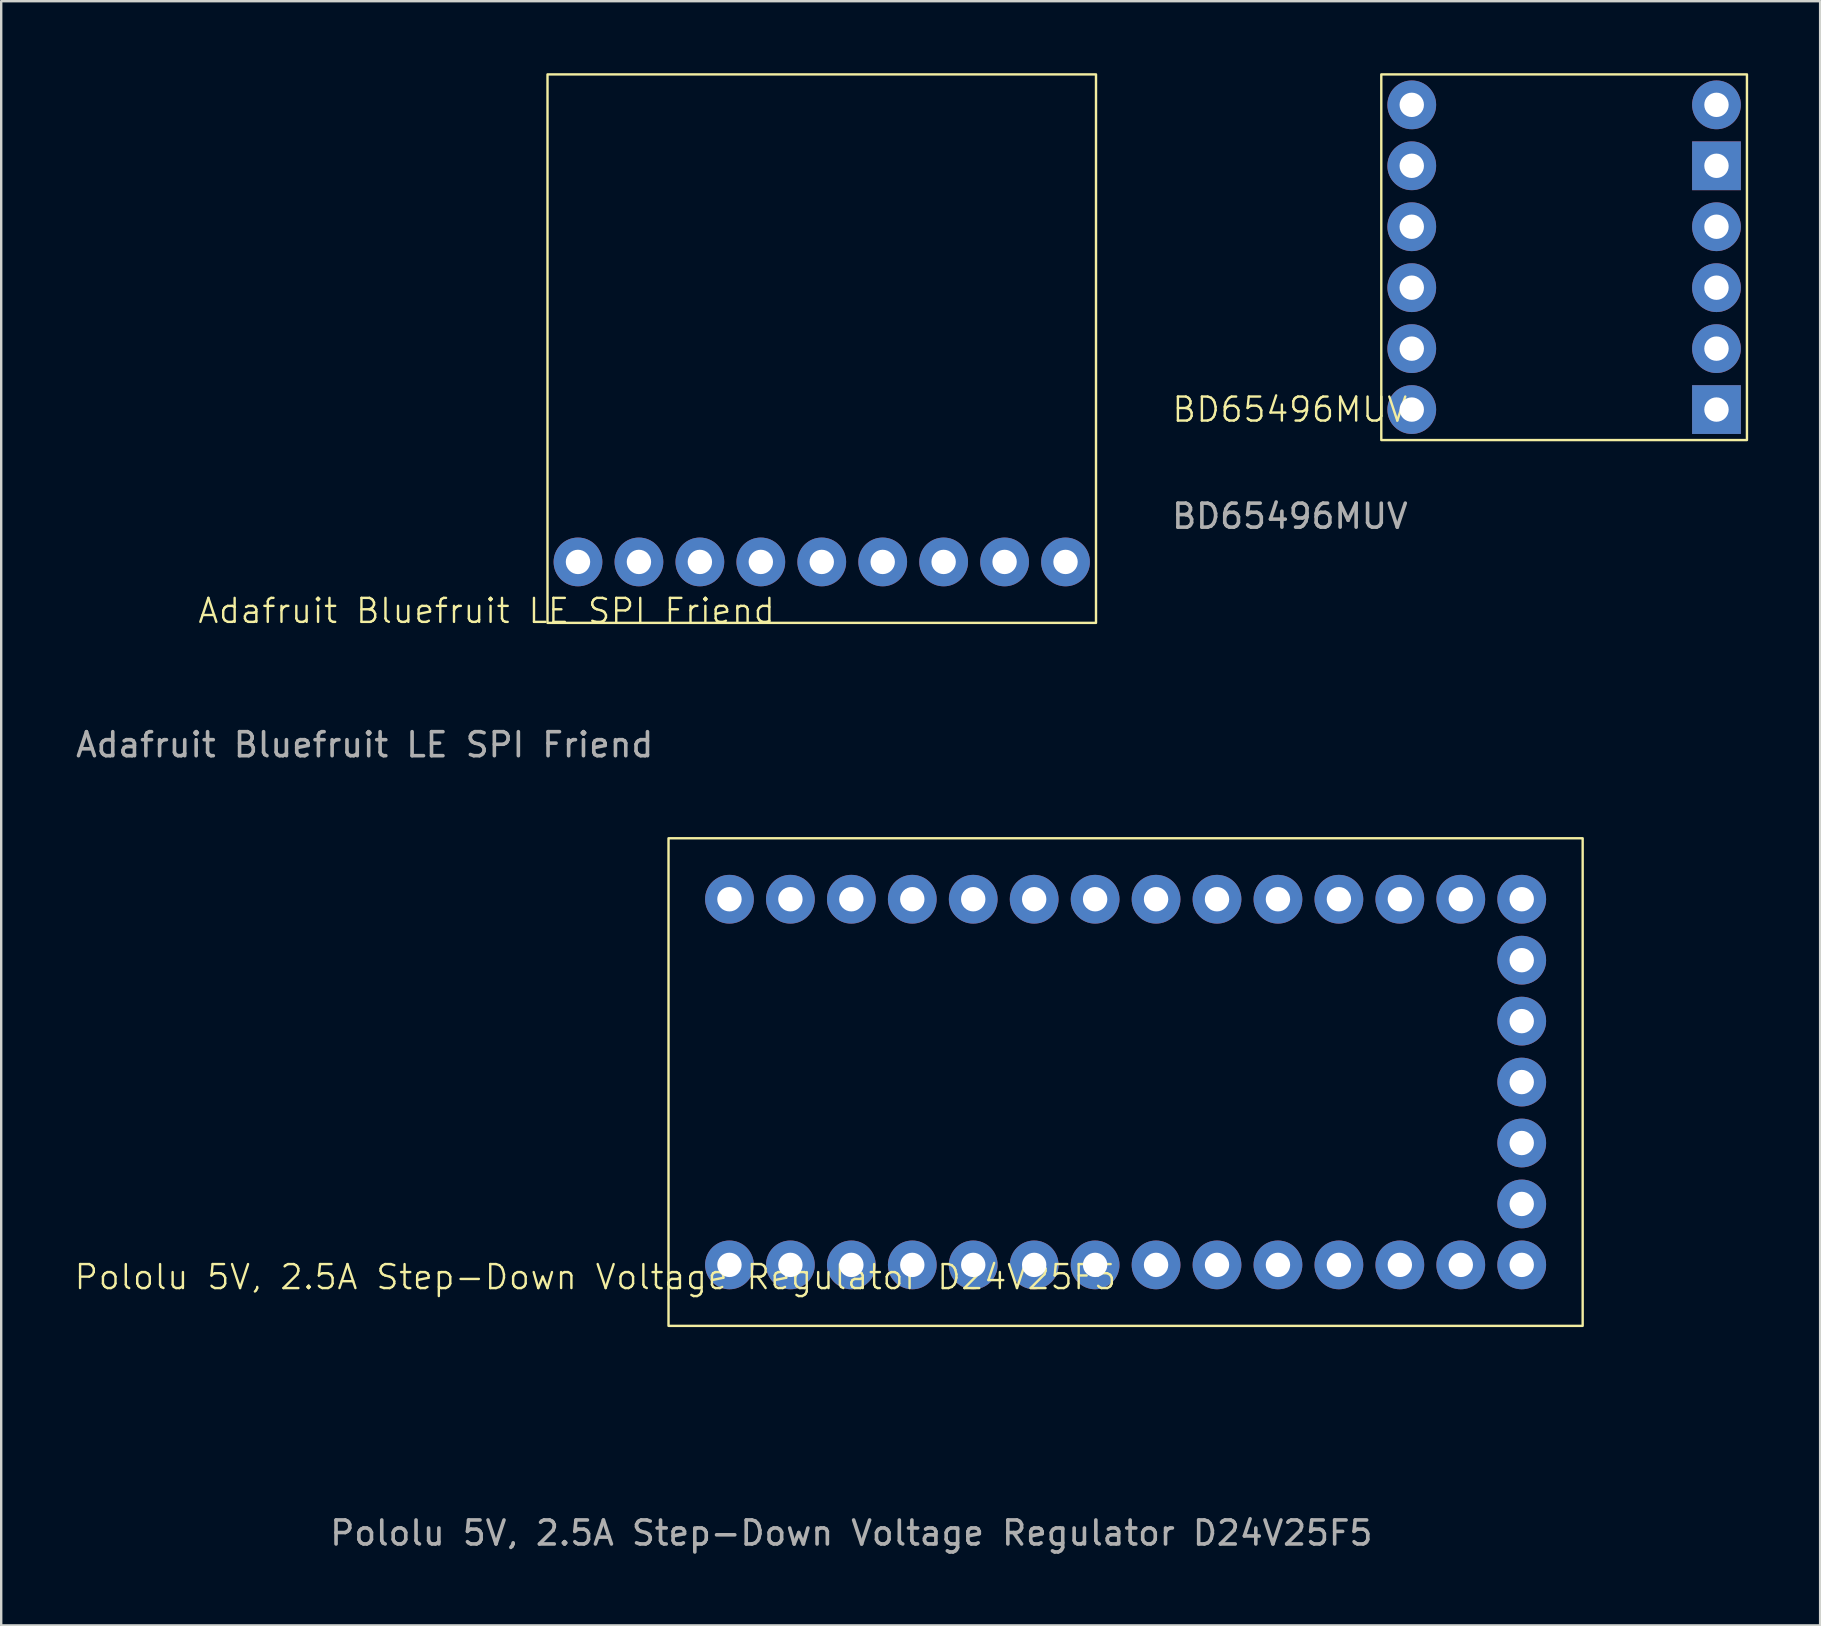
<source format=kicad_pcb>
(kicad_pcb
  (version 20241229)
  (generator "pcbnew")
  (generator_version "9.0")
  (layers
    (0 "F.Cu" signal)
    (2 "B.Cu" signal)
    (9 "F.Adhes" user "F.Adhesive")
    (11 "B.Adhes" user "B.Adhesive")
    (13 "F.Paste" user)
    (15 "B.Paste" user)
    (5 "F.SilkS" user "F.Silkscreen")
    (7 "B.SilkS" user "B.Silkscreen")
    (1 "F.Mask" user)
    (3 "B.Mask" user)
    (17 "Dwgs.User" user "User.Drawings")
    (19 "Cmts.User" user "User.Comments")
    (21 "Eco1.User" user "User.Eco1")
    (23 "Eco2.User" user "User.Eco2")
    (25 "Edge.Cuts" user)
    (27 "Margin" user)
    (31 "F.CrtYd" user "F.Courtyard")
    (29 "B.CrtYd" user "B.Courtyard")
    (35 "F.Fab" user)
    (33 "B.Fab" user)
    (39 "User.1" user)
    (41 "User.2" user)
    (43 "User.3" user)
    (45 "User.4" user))
  (footprint "Pololu 5V, 2.5A Step-Down Voltage Regulator D24V25F5"
    (layer "F.Cu")
    (at 24.812 52.208)
    (property "Reference" "Pololu 5V, 2.5A Step-Down Voltage Regulator D24V25F5" (at -3.048 -2.032 0) (unlocked yes) (layer "F.SilkS") (effects (font (size 1 1) (thickness 0.1))))
    (attr through_hole)
    (fp_rect (start 0 0) (end 38.1 -20.32) (stroke (width 0.1) (type default)) (fill no) (layer "F.SilkS"))
    (fp_text user "${REFERENCE}" (at 7.62 8.636 0) (unlocked yes) (layer "F.Fab") (effects (font (size 1 1) (thickness 0.15))))
    (pad "1" thru_hole circle (at 2.54 -17.78) (size 2.032 2.032) (drill 1.016) (layers "*.Cu" "*.Mask"))
    (pad "1" thru_hole circle (at 2.54 -2.54) (size 2.032 2.032) (drill 1.016) (layers "*.Cu" "*.Mask"))
    (pad "1" thru_hole circle (at 5.08 -17.78) (size 2.032 2.032) (drill 1.016) (layers "*.Cu" "*.Mask"))
    (pad "1" thru_hole circle (at 5.08 -2.54) (size 2.032 2.032) (drill 1.016) (layers "*.Cu" "*.Mask"))
    (pad "1" thru_hole circle (at 7.62 -17.78) (size 2.032 2.032) (drill 1.016) (layers "*.Cu" "*.Mask"))
    (pad "1" thru_hole circle (at 7.62 -2.54) (size 2.032 2.032) (drill 1.016) (layers "*.Cu" "*.Mask"))
    (pad "1" thru_hole circle (at 10.16 -17.78) (size 2.032 2.032) (drill 1.016) (layers "*.Cu" "*.Mask"))
    (pad "1" thru_hole circle (at 10.16 -2.54) (size 2.032 2.032) (drill 1.016) (layers "*.Cu" "*.Mask"))
    (pad "1" thru_hole circle (at 12.7 -17.78) (size 2.032 2.032) (drill 1.016) (layers "*.Cu" "*.Mask"))
    (pad "1" thru_hole circle (at 12.7 -2.54) (size 2.032 2.032) (drill 1.016) (layers "*.Cu" "*.Mask"))
    (pad "1" thru_hole circle (at 15.24 -17.78) (size 2.032 2.032) (drill 1.016) (layers "*.Cu" "*.Mask"))
    (pad "1" thru_hole circle (at 15.24 -2.54) (size 2.032 2.032) (drill 1.016) (layers "*.Cu" "*.Mask"))
    (pad "1" thru_hole circle (at 17.78 -17.78) (size 2.032 2.032) (drill 1.016) (layers "*.Cu" "*.Mask"))
    (pad "1" thru_hole circle (at 17.78 -2.54) (size 2.032 2.032) (drill 1.016) (layers "*.Cu" "*.Mask"))
    (pad "1" thru_hole circle (at 20.32 -17.78) (size 2.032 2.032) (drill 1.016) (layers "*.Cu" "*.Mask"))
    (pad "1" thru_hole circle (at 20.32 -2.54) (size 2.032 2.032) (drill 1.016) (layers "*.Cu" "*.Mask"))
    (pad "1" thru_hole circle (at 22.86 -17.78) (size 2.032 2.032) (drill 1.016) (layers "*.Cu" "*.Mask"))
    (pad "1" thru_hole circle (at 22.86 -2.54) (size 2.032 2.032) (drill 1.016) (layers "*.Cu" "*.Mask"))
    (pad "1" thru_hole circle (at 25.4 -17.78) (size 2.032 2.032) (drill 1.016) (layers "*.Cu" "*.Mask"))
    (pad "1" thru_hole circle (at 25.4 -2.54) (size 2.032 2.032) (drill 1.016) (layers "*.Cu" "*.Mask"))
    (pad "1" thru_hole circle (at 27.94 -17.78) (size 2.032 2.032) (drill 1.016) (layers "*.Cu" "*.Mask"))
    (pad "1" thru_hole circle (at 27.94 -2.54) (size 2.032 2.032) (drill 1.016) (layers "*.Cu" "*.Mask"))
    (pad "1" thru_hole circle (at 30.48 -17.78) (size 2.032 2.032) (drill 1.016) (layers "*.Cu" "*.Mask"))
    (pad "1" thru_hole circle (at 30.48 -2.54) (size 2.032 2.032) (drill 1.016) (layers "*.Cu" "*.Mask"))
    (pad "1" thru_hole circle (at 33.02 -17.78) (size 2.032 2.032) (drill 1.016) (layers "*.Cu" "*.Mask"))
    (pad "1" thru_hole circle (at 33.02 -2.54) (size 2.032 2.032) (drill 1.016) (layers "*.Cu" "*.Mask"))
    (pad "1" thru_hole circle (at 35.56 -17.78) (size 2.032 2.032) (drill 1.016) (layers "*.Cu" "*.Mask"))
    (pad "1" thru_hole circle (at 35.56 -15.24 90) (size 2.032 2.032) (drill 1.016) (layers "*.Cu" "*.Mask"))
    (pad "1" thru_hole circle (at 35.56 -12.7 90) (size 2.032 2.032) (drill 1.016) (layers "*.Cu" "*.Mask"))
    (pad "1" thru_hole circle (at 35.56 -10.16 90) (size 2.032 2.032) (drill 1.016) (layers "*.Cu" "*.Mask"))
    (pad "1" thru_hole circle (at 35.56 -7.62 90) (size 2.032 2.032) (drill 1.016) (layers "*.Cu" "*.Mask"))
    (pad "1" thru_hole circle (at 35.56 -5.08 90) (size 2.032 2.032) (drill 1.016) (layers "*.Cu" "*.Mask"))
    (pad "1" thru_hole circle (at 35.56 -2.54) (size 2.032 2.032) (drill 1.016) (layers "*.Cu" "*.Mask")))
  (footprint "Adafruit Bluefruit LE SPI Friend"
    (layer "F.Cu")
    (at 19.769 22.91)
    (property "Reference" "Adafruit Bluefruit LE SPI Friend" (at -2.54 -0.5 0) (unlocked yes) (layer "F.SilkS") (effects (font (size 1 1) (thickness 0.1))))
    (attr through_hole)
    (fp_rect (start 0 -22.86) (end 22.86 0) (stroke (width 0.1) (type default)) (fill no) (layer "F.SilkS"))
    (fp_text user "${REFERENCE}" (at -7.62 5.08 0) (unlocked yes) (layer "F.Fab") (effects (font (size 1 1) (thickness 0.15))))
    (pad "1" thru_hole circle (at 1.27 -2.54) (size 2.032 2.032) (drill 1.016) (layers "*.Cu" "*.Mask"))
    (pad "2" thru_hole circle (at 3.81 -2.54) (size 2.032 2.032) (drill 1.016) (layers "*.Cu" "*.Mask"))
    (pad "3" thru_hole circle (at 6.35 -2.54) (size 2.032 2.032) (drill 1.016) (layers "*.Cu" "*.Mask"))
    (pad "4" thru_hole circle (at 8.89 -2.54) (size 2.032 2.032) (drill 1.016) (layers "*.Cu" "*.Mask"))
    (pad "5" thru_hole circle (at 11.43 -2.54) (size 2.032 2.032) (drill 1.016) (layers "*.Cu" "*.Mask"))
    (pad "6" thru_hole circle (at 13.97 -2.54) (size 2.032 2.032) (drill 1.016) (layers "*.Cu" "*.Mask"))
    (pad "7" thru_hole circle (at 16.51 -2.54) (size 2.032 2.032) (drill 1.016) (layers "*.Cu" "*.Mask"))
    (pad "8" thru_hole circle (at 19.05 -2.54) (size 2.032 2.032) (drill 1.016) (layers "*.Cu" "*.Mask"))
    (pad "9" thru_hole circle (at 21.59 -2.54) (size 2.032 2.032) (drill 1.016) (layers "*.Cu" "*.Mask")))
  (footprint "BD65496MUV"
    (layer "F.Cu")
    (at 54.519 15.29)
    (property "Reference" "BD65496MUV" (at -3.81 -1.27 0) (unlocked yes) (layer "F.SilkS") (effects (font (size 1 1) (thickness 0.1))))
    (attr through_hole)
    (fp_rect (start 0 -15.24) (end 15.24 0) (stroke (width 0.1) (type default)) (fill no) (layer "F.SilkS"))
    (fp_text user "${REFERENCE}" (at -3.81 3.175 0) (unlocked yes) (layer "F.Fab") (effects (font (size 1 1) (thickness 0.15))))
    (pad "GND" thru_hole rect (at 13.97 -11.43) (size 2.032 2.032) (drill 1.016) (layers "*.Cu" "*.Mask"))
    (pad "GND" thru_hole rect (at 13.97 -1.27) (size 2.032 2.032) (drill 1.016) (layers "*.Cu" "*.Mask"))
    (pad "INA" thru_hole circle (at 1.27 -6.35) (size 2.032 2.032) (drill 1.016) (layers "*.Cu" "*.Mask"))
    (pad "INB" thru_hole circle (at 1.27 -3.81) (size 2.032 2.032) (drill 1.016) (layers "*.Cu" "*.Mask"))
    (pad "OUT" thru_hole circle (at 13.97 -8.89) (size 2.032 2.032) (drill 1.016) (layers "*.Cu" "*.Mask"))
    (pad "OUTB" thru_hole circle (at 13.97 -6.35) (size 2.032 2.032) (drill 1.016) (layers "*.Cu" "*.Mask"))
    (pad "PS" thru_hole circle (at 1.27 -13.97) (size 2.032 2.032) (drill 1.016) (layers "*.Cu" "*.Mask"))
    (pad "PWM" thru_hole circle (at 1.27 -1.27) (size 2.032 2.032) (drill 1.016) (layers "*.Cu" "*.Mask"))
    (pad "TR1" thru_hole circle (at 1.27 -11.43) (size 2.032 2.032) (drill 1.016) (layers "*.Cu" "*.Mask"))
    (pad "TR2" thru_hole circle (at 1.27 -8.89) (size 2.032 2.032) (drill 1.016) (layers "*.Cu" "*.Mask"))
    (pad "VCC" thru_hole circle (at 13.97 -13.97) (size 2.032 2.032) (drill 1.016) (layers "*.Cu" "*.Mask"))
    (pad "VIN" thru_hole circle (at 13.97 -3.81) (size 2.032 2.032) (drill 1.016) (layers "*.Cu" "*.Mask")))
  (gr_rect
    (start -3 -3)
    (end 72.809 64.692)
    (stroke (width 0.1) (type default))
    (fill no)
    (layer "Edge.Cuts")))
</source>
